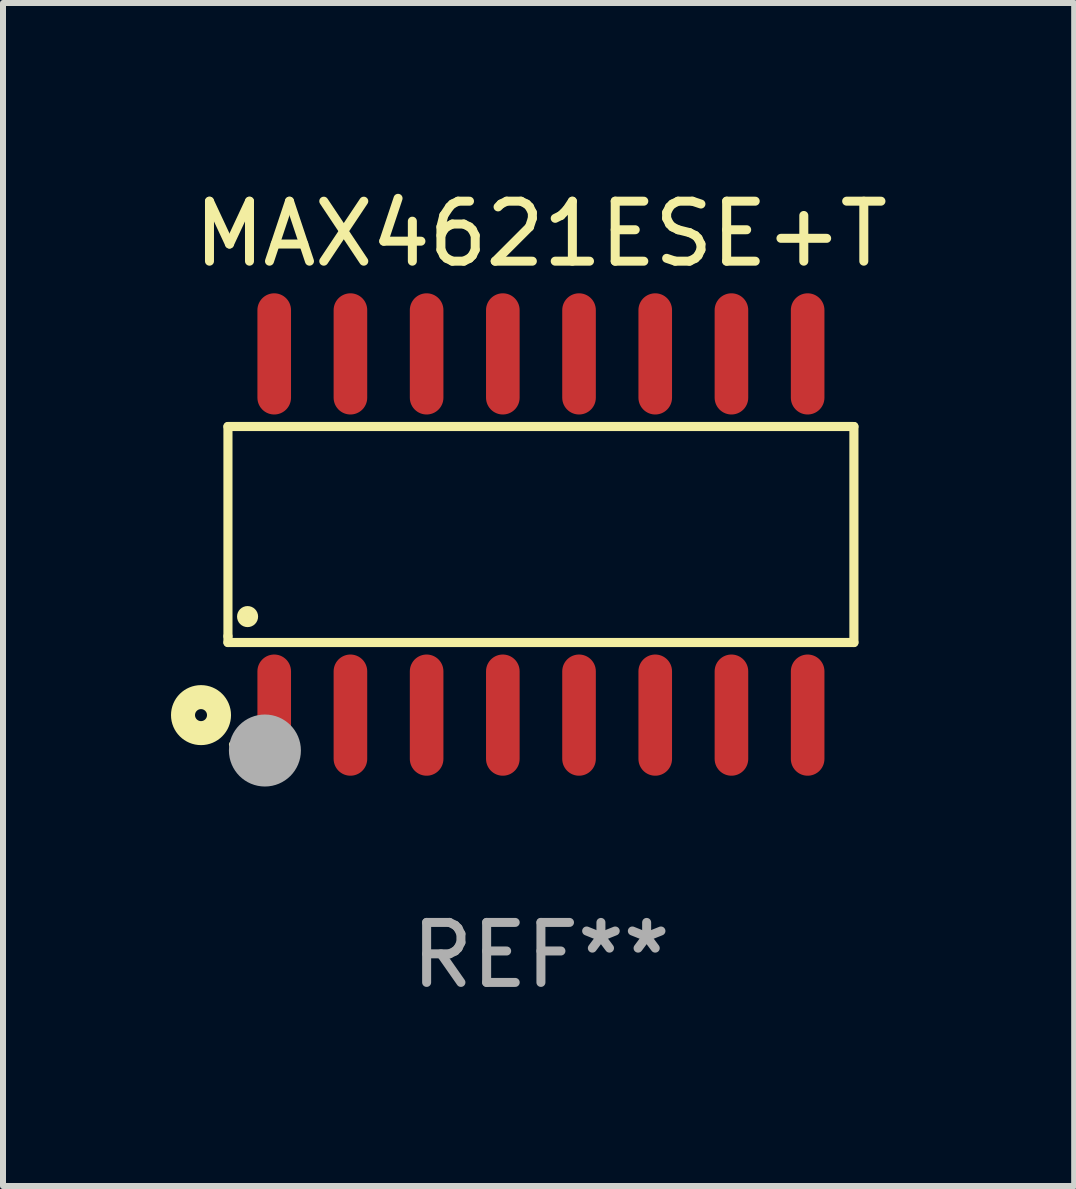
<source format=kicad_pcb>
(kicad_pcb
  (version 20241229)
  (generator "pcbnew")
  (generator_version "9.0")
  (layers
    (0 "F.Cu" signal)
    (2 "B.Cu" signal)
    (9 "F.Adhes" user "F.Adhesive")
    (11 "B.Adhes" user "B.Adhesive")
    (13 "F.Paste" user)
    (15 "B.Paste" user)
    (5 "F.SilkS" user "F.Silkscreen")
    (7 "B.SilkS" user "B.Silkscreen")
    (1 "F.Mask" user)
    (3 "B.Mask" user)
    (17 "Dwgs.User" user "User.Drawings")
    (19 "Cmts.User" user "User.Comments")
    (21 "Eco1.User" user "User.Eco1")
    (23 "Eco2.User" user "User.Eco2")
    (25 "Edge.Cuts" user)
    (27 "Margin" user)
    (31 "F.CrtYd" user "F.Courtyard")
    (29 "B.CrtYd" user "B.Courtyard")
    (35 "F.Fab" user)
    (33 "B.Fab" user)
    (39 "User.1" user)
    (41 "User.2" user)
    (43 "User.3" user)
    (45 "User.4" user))
  (footprint "MAX4621ESE+T"
    (layer "F.Cu")
    (at 5.965 5.858)
    (property "Reference" "MAX4621ESE+T" (at 0 -5.01 0) (layer "F.SilkS") (effects (font (size 1 1) (thickness 0.15))))
    (attr through_hole)
    (fp_line (start -5.216 -1.8) (end 5.216 -1.8) (stroke (width 0.152) (type solid)) (layer "F.SilkS"))
    (fp_line (start -5.216 1.695) (end -5.216 -1.8) (stroke (width 0.152) (type solid)) (layer "F.SilkS"))
    (fp_line (start -5.216 1.8) (end -5.216 1.695) (stroke (width 0.152) (type solid)) (layer "F.SilkS"))
    (fp_line (start 5.216 -1.8) (end 5.216 1.8) (stroke (width 0.152) (type solid)) (layer "F.SilkS"))
    (fp_line (start 5.216 1.8) (end -5.216 1.8) (stroke (width 0.152) (type solid)) (layer "F.SilkS"))
    (fp_circle (center -5.665 3.01) (end -5.565 3.01) (stroke (width 0.4) (type solid)) (fill no) (layer "F.SilkS"))
    (fp_circle (center -5.14 3.5) (end -5.11 3.5) (stroke (width 0.06) (type solid)) (fill no) (layer "F.SilkS"))
    (fp_circle (center -4.889 1.368) (end -4.801 1.368) (stroke (width 0.175) (type solid)) (fill no) (layer "F.SilkS"))
    (fp_circle (center -4.6 3.6) (end -4.3 3.6) (stroke (width 0.6) (type solid)) (fill no) (layer "F.Fab"))
    (fp_text user "REF**" (at 0 7.01 0) (layer "F.Fab") (effects (font (size 1 1) (thickness 0.15))))
    (pad "1" smd oval (at -4.445 3.01) (size 0.56 2.02) (layers "F.Cu" "F.Mask" "F.Paste"))
    (pad "2" smd oval (at -3.175 3.01) (size 0.56 2.02) (layers "F.Cu" "F.Mask" "F.Paste"))
    (pad "3" smd oval (at -1.905 3.01) (size 0.56 2.02) (layers "F.Cu" "F.Mask" "F.Paste"))
    (pad "4" smd oval (at -0.635 3.01) (size 0.56 2.02) (layers "F.Cu" "F.Mask" "F.Paste"))
    (pad "5" smd oval (at 0.635 3.01) (size 0.56 2.02) (layers "F.Cu" "F.Mask" "F.Paste"))
    (pad "6" smd oval (at 1.905 3.01) (size 0.56 2.02) (layers "F.Cu" "F.Mask" "F.Paste"))
    (pad "7" smd oval (at 3.175 3.01) (size 0.56 2.02) (layers "F.Cu" "F.Mask" "F.Paste"))
    (pad "8" smd oval (at 4.445 3.01) (size 0.56 2.02) (layers "F.Cu" "F.Mask" "F.Paste"))
    (pad "9" smd oval (at 4.445 -3.01) (size 0.56 2.02) (layers "F.Cu" "F.Mask" "F.Paste"))
    (pad "10" smd oval (at 3.175 -3.01) (size 0.56 2.02) (layers "F.Cu" "F.Mask" "F.Paste"))
    (pad "11" smd oval (at 1.905 -3.01) (size 0.56 2.02) (layers "F.Cu" "F.Mask" "F.Paste"))
    (pad "12" smd oval (at 0.635 -3.01) (size 0.56 2.02) (layers "F.Cu" "F.Mask" "F.Paste"))
    (pad "13" smd oval (at -0.635 -3.01) (size 0.56 2.02) (layers "F.Cu" "F.Mask" "F.Paste"))
    (pad "14" smd oval (at -1.905 -3.01) (size 0.56 2.02) (layers "F.Cu" "F.Mask" "F.Paste"))
    (pad "15" smd oval (at -3.175 -3.01) (size 0.56 2.02) (layers "F.Cu" "F.Mask" "F.Paste"))
    (pad "16" smd oval (at -4.445 -3.01) (size 0.56 2.02) (layers "F.Cu" "F.Mask" "F.Paste")))
  (gr_rect
    (start -3 -3)
    (end 14.852 16.716)
    (stroke (width 0.1) (type default))
    (fill no)
    (layer "Edge.Cuts")))
</source>
